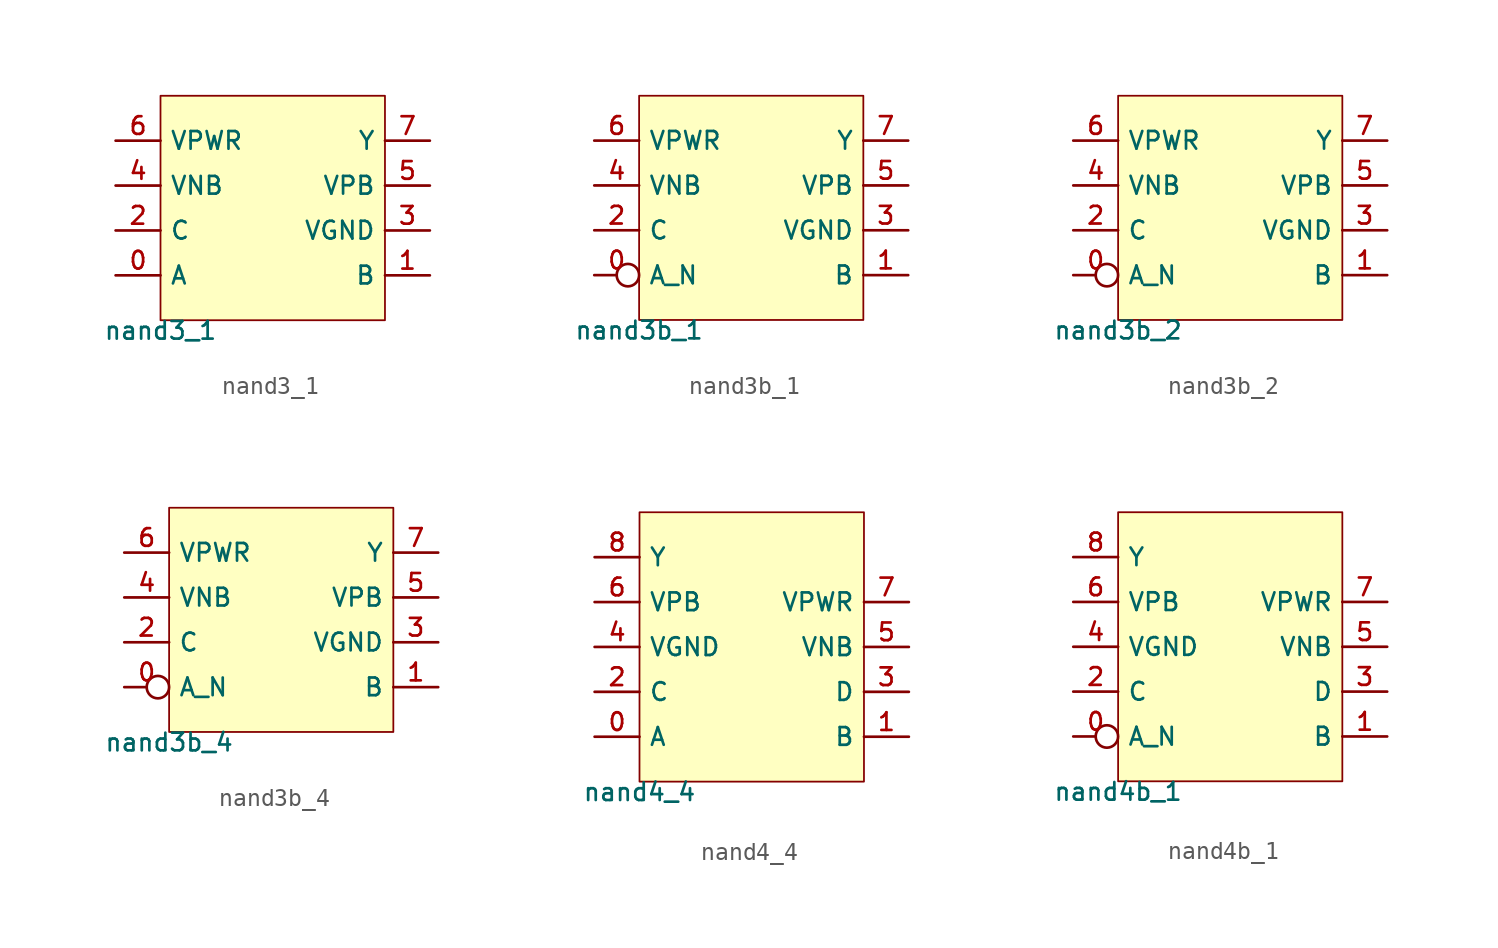
<source format=kicad_sym>
(kicad_symbol_lib
  (version 20211014)
  (generator pdk2kicad)
  (symbol "nand3_1"
    (property "Reference" "X"
      (at 0 0 0)
      (effects (font (size 1 1)) hide))
    (property "Value" "nand3_1"
      (at -6.35 -6.35 0)
      (effects (font (size 1 1)) (justify top)))
    (rectangle
      (start -6.35 -6.35)
      (end 6.35 6.35)
      (stroke (width 0.1) (type solid) (color 0 0 0 0))
      (fill (type background)))
    (pin bidirectional line
      (at -8.89 -3.81 0)
      (length 2.54)
      (name "A" (effects (font (size 1 1)) hide))
      (number "0" (effects (font (size 1 1)) hide)))
    (pin bidirectional line
      (at 8.89 -3.81 180)
      (length 2.54)
      (name "B" (effects (font (size 1 1)) hide))
      (number "1" (effects (font (size 1 1)) hide)))
    (pin bidirectional line
      (at -8.89 -1.27 0)
      (length 2.54)
      (name "C" (effects (font (size 1 1)) hide))
      (number "2" (effects (font (size 1 1)) hide)))
    (pin bidirectional line
      (at 8.89 -1.27 180)
      (length 2.54)
      (name "VGND" (effects (font (size 1 1)) hide))
      (number "3" (effects (font (size 1 1)) hide)))
    (pin bidirectional line
      (at -8.89 1.27 0)
      (length 2.54)
      (name "VNB" (effects (font (size 1 1)) hide))
      (number "4" (effects (font (size 1 1)) hide)))
    (pin bidirectional line
      (at 8.89 1.27 180)
      (length 2.54)
      (name "VPB" (effects (font (size 1 1)) hide))
      (number "5" (effects (font (size 1 1)) hide)))
    (pin bidirectional line
      (at -8.89 3.81 0)
      (length 2.54)
      (name "VPWR" (effects (font (size 1 1)) hide))
      (number "6" (effects (font (size 1 1)) hide)))
    (pin bidirectional line
      (at 8.89 3.81 180)
      (length 2.54)
      (name "Y" (effects (font (size 1 1)) hide))
      (number "7" (effects (font (size 1 1)) hide))))
  (symbol "nand3b_1"
    (property "Reference" "X"
      (at 0 0 0)
      (effects (font (size 1 1)) hide))
    (property "Value" "nand3b_1"
      (at -6.35 -6.35 0)
      (effects (font (size 1 1)) (justify top)))
    (rectangle
      (start -6.35 -6.35)
      (end 6.35 6.35)
      (stroke (width 0.1) (type solid) (color 0 0 0 0))
      (fill (type background)))
    (pin bidirectional inverted
      (at -8.89 -3.81 0)
      (length 2.54)
      (name "A_N" (effects (font (size 1 1)) hide))
      (number "0" (effects (font (size 1 1)) hide)))
    (pin bidirectional line
      (at 8.89 -3.81 180)
      (length 2.54)
      (name "B" (effects (font (size 1 1)) hide))
      (number "1" (effects (font (size 1 1)) hide)))
    (pin bidirectional line
      (at -8.89 -1.27 0)
      (length 2.54)
      (name "C" (effects (font (size 1 1)) hide))
      (number "2" (effects (font (size 1 1)) hide)))
    (pin bidirectional line
      (at 8.89 -1.27 180)
      (length 2.54)
      (name "VGND" (effects (font (size 1 1)) hide))
      (number "3" (effects (font (size 1 1)) hide)))
    (pin bidirectional line
      (at -8.89 1.27 0)
      (length 2.54)
      (name "VNB" (effects (font (size 1 1)) hide))
      (number "4" (effects (font (size 1 1)) hide)))
    (pin bidirectional line
      (at 8.89 1.27 180)
      (length 2.54)
      (name "VPB" (effects (font (size 1 1)) hide))
      (number "5" (effects (font (size 1 1)) hide)))
    (pin bidirectional line
      (at -8.89 3.81 0)
      (length 2.54)
      (name "VPWR" (effects (font (size 1 1)) hide))
      (number "6" (effects (font (size 1 1)) hide)))
    (pin bidirectional line
      (at 8.89 3.81 180)
      (length 2.54)
      (name "Y" (effects (font (size 1 1)) hide))
      (number "7" (effects (font (size 1 1)) hide))))
  (symbol "nand3b_2"
    (property "Reference" "X"
      (at 0 0 0)
      (effects (font (size 1 1)) hide))
    (property "Value" "nand3b_2"
      (at -6.35 -6.35 0)
      (effects (font (size 1 1)) (justify top)))
    (rectangle
      (start -6.35 -6.35)
      (end 6.35 6.35)
      (stroke (width 0.1) (type solid) (color 0 0 0 0))
      (fill (type background)))
    (pin bidirectional inverted
      (at -8.89 -3.81 0)
      (length 2.54)
      (name "A_N" (effects (font (size 1 1)) hide))
      (number "0" (effects (font (size 1 1)) hide)))
    (pin bidirectional line
      (at 8.89 -3.81 180)
      (length 2.54)
      (name "B" (effects (font (size 1 1)) hide))
      (number "1" (effects (font (size 1 1)) hide)))
    (pin bidirectional line
      (at -8.89 -1.27 0)
      (length 2.54)
      (name "C" (effects (font (size 1 1)) hide))
      (number "2" (effects (font (size 1 1)) hide)))
    (pin bidirectional line
      (at 8.89 -1.27 180)
      (length 2.54)
      (name "VGND" (effects (font (size 1 1)) hide))
      (number "3" (effects (font (size 1 1)) hide)))
    (pin bidirectional line
      (at -8.89 1.27 0)
      (length 2.54)
      (name "VNB" (effects (font (size 1 1)) hide))
      (number "4" (effects (font (size 1 1)) hide)))
    (pin bidirectional line
      (at 8.89 1.27 180)
      (length 2.54)
      (name "VPB" (effects (font (size 1 1)) hide))
      (number "5" (effects (font (size 1 1)) hide)))
    (pin bidirectional line
      (at -8.89 3.81 0)
      (length 2.54)
      (name "VPWR" (effects (font (size 1 1)) hide))
      (number "6" (effects (font (size 1 1)) hide)))
    (pin bidirectional line
      (at 8.89 3.81 180)
      (length 2.54)
      (name "Y" (effects (font (size 1 1)) hide))
      (number "7" (effects (font (size 1 1)) hide))))
  (symbol "nand3b_4"
    (property "Reference" "X"
      (at 0 0 0)
      (effects (font (size 1 1)) hide))
    (property "Value" "nand3b_4"
      (at -6.35 -6.35 0)
      (effects (font (size 1 1)) (justify top)))
    (rectangle
      (start -6.35 -6.35)
      (end 6.35 6.35)
      (stroke (width 0.1) (type solid) (color 0 0 0 0))
      (fill (type background)))
    (pin bidirectional inverted
      (at -8.89 -3.81 0)
      (length 2.54)
      (name "A_N" (effects (font (size 1 1)) hide))
      (number "0" (effects (font (size 1 1)) hide)))
    (pin bidirectional line
      (at 8.89 -3.81 180)
      (length 2.54)
      (name "B" (effects (font (size 1 1)) hide))
      (number "1" (effects (font (size 1 1)) hide)))
    (pin bidirectional line
      (at -8.89 -1.27 0)
      (length 2.54)
      (name "C" (effects (font (size 1 1)) hide))
      (number "2" (effects (font (size 1 1)) hide)))
    (pin bidirectional line
      (at 8.89 -1.27 180)
      (length 2.54)
      (name "VGND" (effects (font (size 1 1)) hide))
      (number "3" (effects (font (size 1 1)) hide)))
    (pin bidirectional line
      (at -8.89 1.27 0)
      (length 2.54)
      (name "VNB" (effects (font (size 1 1)) hide))
      (number "4" (effects (font (size 1 1)) hide)))
    (pin bidirectional line
      (at 8.89 1.27 180)
      (length 2.54)
      (name "VPB" (effects (font (size 1 1)) hide))
      (number "5" (effects (font (size 1 1)) hide)))
    (pin bidirectional line
      (at -8.89 3.81 0)
      (length 2.54)
      (name "VPWR" (effects (font (size 1 1)) hide))
      (number "6" (effects (font (size 1 1)) hide)))
    (pin bidirectional line
      (at 8.89 3.81 180)
      (length 2.54)
      (name "Y" (effects (font (size 1 1)) hide))
      (number "7" (effects (font (size 1 1)) hide))))
  (symbol "nand4_4"
    (property "Reference" "X"
      (at 0 0 0)
      (effects (font (size 1 1)) hide))
    (property "Value" "nand4_4"
      (at -6.35 -7.62 0)
      (effects (font (size 1 1)) (justify top)))
    (rectangle
      (start -6.35 -7.62)
      (end 6.35 7.62)
      (stroke (width 0.1) (type solid) (color 0 0 0 0))
      (fill (type background)))
    (pin bidirectional line
      (at -8.89 -5.08 0)
      (length 2.54)
      (name "A" (effects (font (size 1 1)) hide))
      (number "0" (effects (font (size 1 1)) hide)))
    (pin bidirectional line
      (at 8.89 -5.08 180)
      (length 2.54)
      (name "B" (effects (font (size 1 1)) hide))
      (number "1" (effects (font (size 1 1)) hide)))
    (pin bidirectional line
      (at -8.89 -2.54 0)
      (length 2.54)
      (name "C" (effects (font (size 1 1)) hide))
      (number "2" (effects (font (size 1 1)) hide)))
    (pin bidirectional line
      (at 8.89 -2.54 180)
      (length 2.54)
      (name "D" (effects (font (size 1 1)) hide))
      (number "3" (effects (font (size 1 1)) hide)))
    (pin bidirectional line
      (at -8.89 8.881784197001252e-16 0)
      (length 2.54)
      (name "VGND" (effects (font (size 1 1)) hide))
      (number "4" (effects (font (size 1 1)) hide)))
    (pin bidirectional line
      (at 8.89 8.881784197001252e-16 180)
      (length 2.54)
      (name "VNB" (effects (font (size 1 1)) hide))
      (number "5" (effects (font (size 1 1)) hide)))
    (pin bidirectional line
      (at -8.89 2.54 0)
      (length 2.54)
      (name "VPB" (effects (font (size 1 1)) hide))
      (number "6" (effects (font (size 1 1)) hide)))
    (pin bidirectional line
      (at 8.89 2.54 180)
      (length 2.54)
      (name "VPWR" (effects (font (size 1 1)) hide))
      (number "7" (effects (font (size 1 1)) hide)))
    (pin bidirectional line
      (at -8.89 5.08 0)
      (length 2.54)
      (name "Y" (effects (font (size 1 1)) hide))
      (number "8" (effects (font (size 1 1)) hide))))
  (symbol "nand4b_1"
    (property "Reference" "X"
      (at 0 0 0)
      (effects (font (size 1 1)) hide))
    (property "Value" "nand4b_1"
      (at -6.35 -7.62 0)
      (effects (font (size 1 1)) (justify top)))
    (rectangle
      (start -6.35 -7.62)
      (end 6.35 7.62)
      (stroke (width 0.1) (type solid) (color 0 0 0 0))
      (fill (type background)))
    (pin bidirectional inverted
      (at -8.89 -5.08 0)
      (length 2.54)
      (name "A_N" (effects (font (size 1 1)) hide))
      (number "0" (effects (font (size 1 1)) hide)))
    (pin bidirectional line
      (at 8.89 -5.08 180)
      (length 2.54)
      (name "B" (effects (font (size 1 1)) hide))
      (number "1" (effects (font (size 1 1)) hide)))
    (pin bidirectional line
      (at -8.89 -2.54 0)
      (length 2.54)
      (name "C" (effects (font (size 1 1)) hide))
      (number "2" (effects (font (size 1 1)) hide)))
    (pin bidirectional line
      (at 8.89 -2.54 180)
      (length 2.54)
      (name "D" (effects (font (size 1 1)) hide))
      (number "3" (effects (font (size 1 1)) hide)))
    (pin bidirectional line
      (at -8.89 8.881784197001252e-16 0)
      (length 2.54)
      (name "VGND" (effects (font (size 1 1)) hide))
      (number "4" (effects (font (size 1 1)) hide)))
    (pin bidirectional line
      (at 8.89 8.881784197001252e-16 180)
      (length 2.54)
      (name "VNB" (effects (font (size 1 1)) hide))
      (number "5" (effects (font (size 1 1)) hide)))
    (pin bidirectional line
      (at -8.89 2.54 0)
      (length 2.54)
      (name "VPB" (effects (font (size 1 1)) hide))
      (number "6" (effects (font (size 1 1)) hide)))
    (pin bidirectional line
      (at 8.89 2.54 180)
      (length 2.54)
      (name "VPWR" (effects (font (size 1 1)) hide))
      (number "7" (effects (font (size 1 1)) hide)))
    (pin bidirectional line
      (at -8.89 5.08 0)
      (length 2.54)
      (name "Y" (effects (font (size 1 1)) hide))
      (number "8" (effects (font (size 1 1)) hide)))))
</source>
